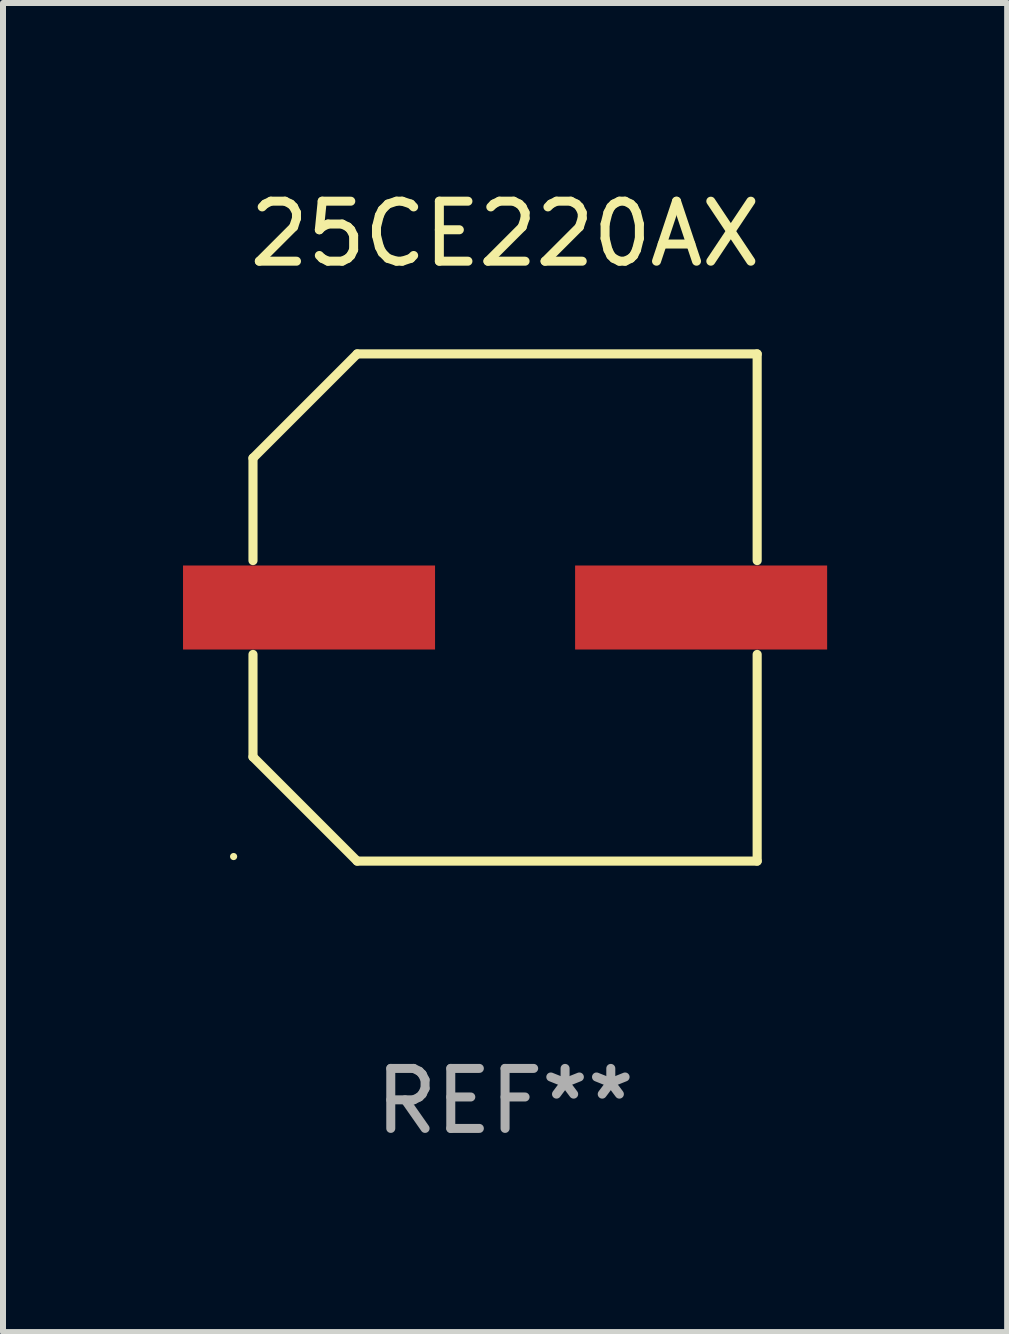
<source format=kicad_pcb>
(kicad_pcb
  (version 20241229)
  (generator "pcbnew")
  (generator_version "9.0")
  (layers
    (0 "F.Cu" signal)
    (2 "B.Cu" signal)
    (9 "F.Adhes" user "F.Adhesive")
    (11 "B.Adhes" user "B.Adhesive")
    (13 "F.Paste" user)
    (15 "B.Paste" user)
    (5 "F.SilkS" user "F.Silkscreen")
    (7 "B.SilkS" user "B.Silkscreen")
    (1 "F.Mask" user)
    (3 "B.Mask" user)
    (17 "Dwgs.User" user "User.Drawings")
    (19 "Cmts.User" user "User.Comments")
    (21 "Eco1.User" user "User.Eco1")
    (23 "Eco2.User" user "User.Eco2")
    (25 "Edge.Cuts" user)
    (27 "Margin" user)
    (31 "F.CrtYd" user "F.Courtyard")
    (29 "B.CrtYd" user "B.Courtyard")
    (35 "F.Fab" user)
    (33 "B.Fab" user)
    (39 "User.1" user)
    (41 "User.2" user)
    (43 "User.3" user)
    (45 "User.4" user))
  (footprint "25CE220AX"
    (layer "F.Cu")
    (at 5.367 7.074)
    (property "Reference" "25CE220AX" (at 0 -6.226 0) (layer "F.SilkS") (effects (font (size 1 1) (thickness 0.15))))
    (attr through_hole)
    (fp_line (start -4.201 -2.49) (end -4.201 -0.782) (stroke (width 0.152) (type solid)) (layer "F.SilkS"))
    (fp_line (start -4.201 2.49) (end -4.201 0.782) (stroke (width 0.152) (type solid)) (layer "F.SilkS"))
    (fp_line (start -2.465 -4.226) (end -4.201 -2.49) (stroke (width 0.152) (type solid)) (layer "F.SilkS"))
    (fp_line (start -2.465 4.226) (end -4.201 2.49) (stroke (width 0.152) (type solid)) (layer "F.SilkS"))
    (fp_line (start 4.201 -4.226) (end -2.465 -4.226) (stroke (width 0.152) (type solid)) (layer "F.SilkS"))
    (fp_line (start 4.201 -0.782) (end 4.201 -4.226) (stroke (width 0.152) (type solid)) (layer "F.SilkS"))
    (fp_line (start 4.201 0.782) (end 4.201 4.226) (stroke (width 0.152) (type solid)) (layer "F.SilkS"))
    (fp_line (start 4.201 4.226) (end -2.465 4.226) (stroke (width 0.152) (type solid)) (layer "F.SilkS"))
    (fp_circle (center -4.524 4.15) (end -4.494 4.15) (stroke (width 0.06) (type solid)) (fill no) (layer "F.SilkS"))
    (fp_text user "REF**" (at 0 8.226 0) (layer "F.Fab") (effects (font (size 1 1) (thickness 0.15))))
    (pad "1" smd rect (at -3.267 0) (size 4.2 1.4) (layers "F.Cu" "F.Mask" "F.Paste"))
    (pad "2" smd rect (at 3.267 0) (size 4.2 1.4) (layers "F.Cu" "F.Mask" "F.Paste")))
  (gr_rect
    (start -3 -3)
    (end 13.734 19.149)
    (stroke (width 0.1) (type default))
    (fill no)
    (layer "Edge.Cuts")))
</source>
